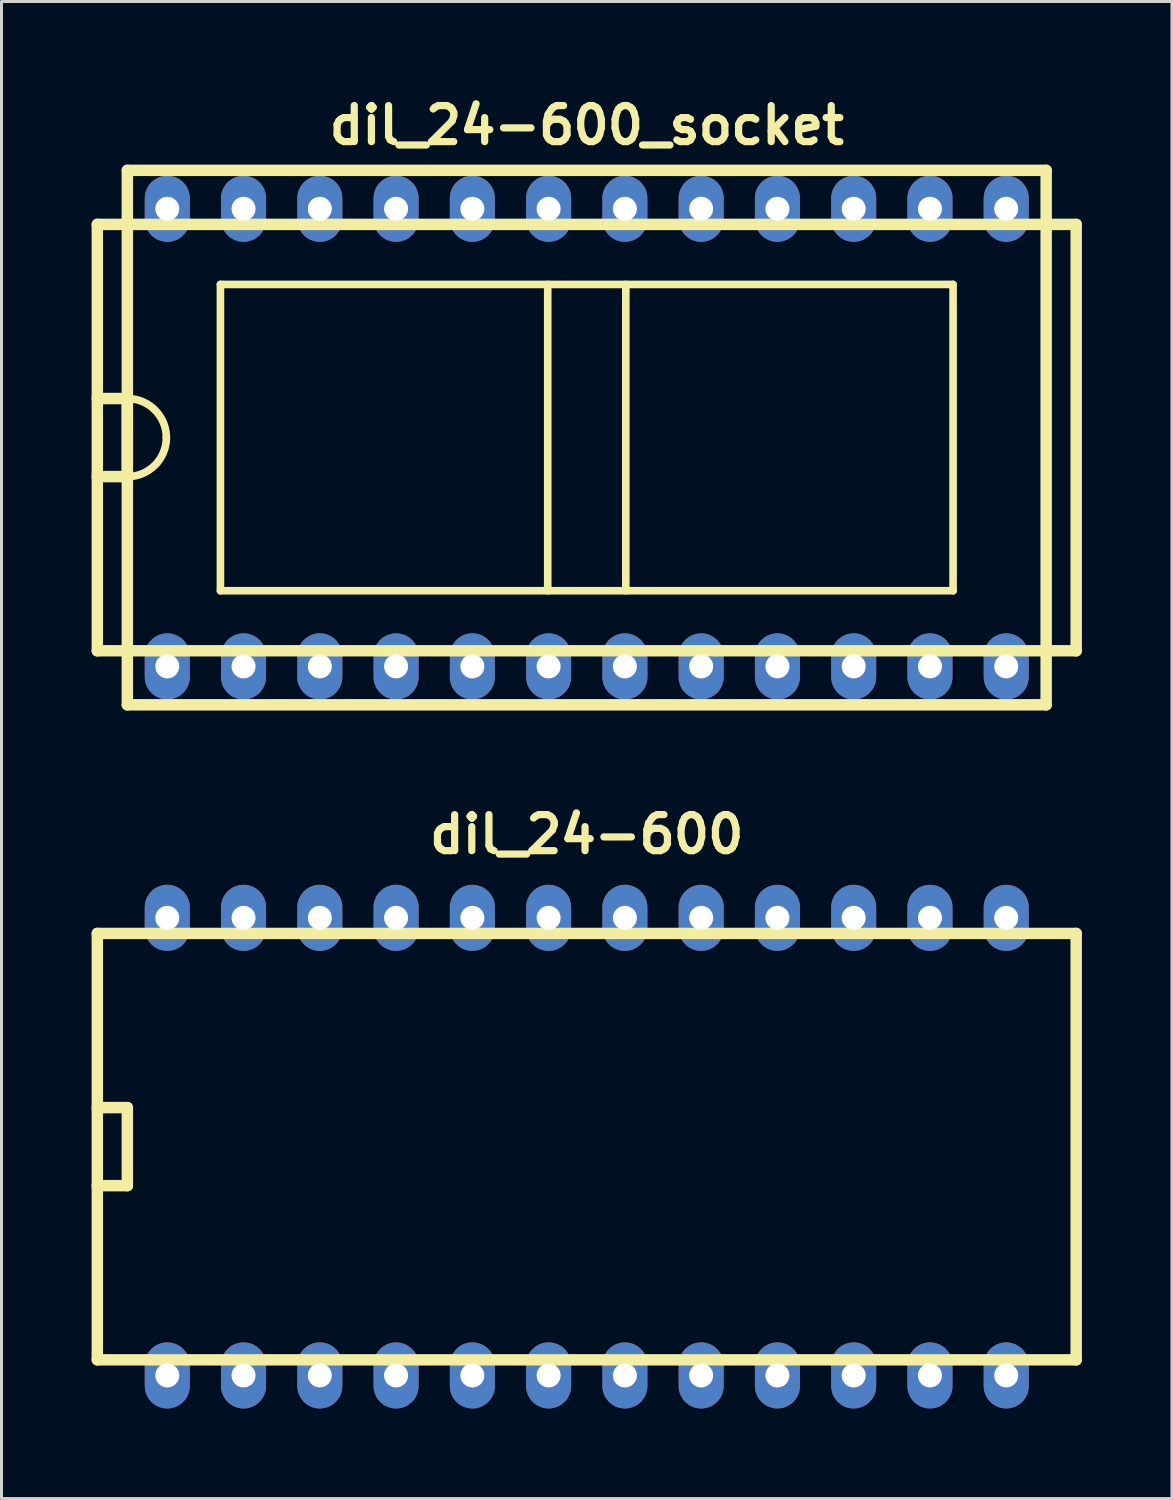
<source format=kicad_pcb>
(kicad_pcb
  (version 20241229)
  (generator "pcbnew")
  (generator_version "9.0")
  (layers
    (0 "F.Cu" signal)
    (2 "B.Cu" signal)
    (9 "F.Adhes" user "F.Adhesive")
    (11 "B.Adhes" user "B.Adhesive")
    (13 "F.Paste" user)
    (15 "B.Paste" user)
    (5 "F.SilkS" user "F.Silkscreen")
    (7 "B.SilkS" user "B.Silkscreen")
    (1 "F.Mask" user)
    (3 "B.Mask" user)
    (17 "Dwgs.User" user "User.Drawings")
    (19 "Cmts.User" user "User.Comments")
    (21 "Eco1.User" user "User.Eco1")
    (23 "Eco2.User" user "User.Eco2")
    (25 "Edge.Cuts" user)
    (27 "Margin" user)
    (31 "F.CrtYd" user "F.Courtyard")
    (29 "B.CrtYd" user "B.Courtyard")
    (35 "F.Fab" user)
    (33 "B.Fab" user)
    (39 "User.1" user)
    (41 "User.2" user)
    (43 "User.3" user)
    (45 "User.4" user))
  (footprint "dil_24-600"
    (layer "F.Cu")
    (at 16.491 35.137)
    (property "Reference" "dil_24-600" (at 0 -10.4 0) (layer "F.SilkS") (effects (font (size 1.2 1.2) (thickness 0.24))))
    (attr through_hole)
    (fp_line (start -16.3 -7.1) (end -16.3 7.1) (stroke (width 0.381) (type solid)) (layer "F.SilkS"))
    (fp_line (start -16.3 -7.1) (end 16.3 -7.1) (stroke (width 0.381) (type solid)) (layer "F.SilkS"))
    (fp_line (start -15.3 -1.3) (end -16.3 -1.3) (stroke (width 0.381) (type solid)) (layer "F.SilkS"))
    (fp_line (start -15.3 -1.3) (end -15.3 1.3) (stroke (width 0.381) (type solid)) (layer "F.SilkS"))
    (fp_line (start -15.3 1.3) (end -16.3 1.3) (stroke (width 0.381) (type solid)) (layer "F.SilkS"))
    (fp_line (start 16.3 7.1) (end -16.3 7.1) (stroke (width 0.381) (type solid)) (layer "F.SilkS"))
    (fp_line (start 16.3 7.1) (end 16.3 -7.1) (stroke (width 0.381) (type solid)) (layer "F.SilkS"))
    (pad "1" thru_hole oval (at -13.97 7.62) (size 1.5 2.2) (drill 0.8) (layers "*.Cu" "*.Mask"))
    (pad "2" thru_hole oval (at -11.43 7.62) (size 1.5 2.2) (drill 0.8) (layers "*.Cu" "*.Mask"))
    (pad "3" thru_hole oval (at -8.89 7.62) (size 1.5 2.2) (drill 0.8) (layers "*.Cu" "*.Mask"))
    (pad "4" thru_hole oval (at -6.35 7.62) (size 1.5 2.2) (drill 0.8) (layers "*.Cu" "*.Mask"))
    (pad "5" thru_hole oval (at -3.81 7.62) (size 1.5 2.2) (drill 0.8) (layers "*.Cu" "*.Mask"))
    (pad "6" thru_hole oval (at -1.27 7.62) (size 1.5 2.2) (drill 0.8) (layers "*.Cu" "*.Mask"))
    (pad "7" thru_hole oval (at 1.27 7.62) (size 1.5 2.2) (drill 0.8) (layers "*.Cu" "*.Mask"))
    (pad "8" thru_hole oval (at 3.81 7.62) (size 1.5 2.2) (drill 0.8) (layers "*.Cu" "*.Mask"))
    (pad "9" thru_hole oval (at 6.35 7.62) (size 1.5 2.2) (drill 0.8) (layers "*.Cu" "*.Mask"))
    (pad "10" thru_hole oval (at 8.89 7.62) (size 1.5 2.2) (drill 0.8) (layers "*.Cu" "*.Mask"))
    (pad "11" thru_hole oval (at 11.43 7.62) (size 1.5 2.2) (drill 0.8) (layers "*.Cu" "*.Mask"))
    (pad "12" thru_hole oval (at 13.97 7.62) (size 1.5 2.2) (drill 0.8) (layers "*.Cu" "*.Mask"))
    (pad "13" thru_hole oval (at 13.97 -7.62) (size 1.5 2.2) (drill 0.8) (layers "*.Cu" "*.Mask"))
    (pad "14" thru_hole oval (at 11.43 -7.62) (size 1.5 2.2) (drill 0.8) (layers "*.Cu" "*.Mask"))
    (pad "15" thru_hole oval (at 8.89 -7.62) (size 1.5 2.2) (drill 0.8) (layers "*.Cu" "*.Mask"))
    (pad "16" thru_hole oval (at 6.35 -7.62) (size 1.5 2.2) (drill 0.8) (layers "*.Cu" "*.Mask"))
    (pad "17" thru_hole oval (at 3.81 -7.62) (size 1.5 2.2) (drill 0.8) (layers "*.Cu" "*.Mask"))
    (pad "18" thru_hole oval (at 1.27 -7.62) (size 1.5 2.2) (drill 0.8) (layers "*.Cu" "*.Mask"))
    (pad "19" thru_hole oval (at -1.27 -7.62) (size 1.5 2.2) (drill 0.8) (layers "*.Cu" "*.Mask"))
    (pad "20" thru_hole oval (at -3.81 -7.62) (size 1.5 2.2) (drill 0.8) (layers "*.Cu" "*.Mask"))
    (pad "21" thru_hole oval (at -6.35 -7.62) (size 1.5 2.2) (drill 0.8) (layers "*.Cu" "*.Mask"))
    (pad "22" thru_hole oval (at -8.89 -7.62) (size 1.5 2.2) (drill 0.8) (layers "*.Cu" "*.Mask"))
    (pad "23" thru_hole oval (at -11.43 -7.62) (size 1.5 2.2) (drill 0.8) (layers "*.Cu" "*.Mask"))
    (pad "24" thru_hole oval (at -13.97 -7.62) (size 1.5 2.2) (drill 0.8) (layers "*.Cu" "*.Mask")))
  (footprint "dil_24-600_socket"
    (layer "F.Cu")
    (at 16.491 11.523)
    (property "Reference" "dil_24-600_socket" (at 0 -10.4 0) (layer "F.SilkS") (effects (font (size 1.2 1.2) (thickness 0.24))))
    (attr through_hole)
    (fp_line (start -16.3 -7.1) (end -16.3 7.1) (stroke (width 0.381) (type solid)) (layer "F.SilkS"))
    (fp_line (start -16.3 -7.1) (end 16.3 -7.1) (stroke (width 0.381) (type solid)) (layer "F.SilkS"))
    (fp_line (start -15.3 -8.9) (end 15.3 -8.9) (stroke (width 0.381) (type solid)) (layer "F.SilkS"))
    (fp_line (start -15.3 -1.3) (end -16.3 -1.3) (stroke (width 0.381) (type solid)) (layer "F.SilkS"))
    (fp_line (start -15.3 -1.3) (end -15.3 1.3) (stroke (width 0.381) (type solid)) (layer "F.SilkS"))
    (fp_line (start -15.3 1.3) (end -16.3 1.3) (stroke (width 0.381) (type solid)) (layer "F.SilkS"))
    (fp_line (start -15.3 8.9) (end -15.3 -8.9) (stroke (width 0.381) (type solid)) (layer "F.SilkS"))
    (fp_line (start -15.3 8.9) (end 15.3 8.9) (stroke (width 0.381) (type solid)) (layer "F.SilkS"))
    (fp_line (start -12.2 -5.1) (end 12.2 -5.1) (stroke (width 0.254) (type solid)) (layer "F.SilkS"))
    (fp_line (start -12.2 5.1) (end -12.2 -5.1) (stroke (width 0.254) (type solid)) (layer "F.SilkS"))
    (fp_line (start -1.3 -5.1) (end -1.3 5.1) (stroke (width 0.254) (type solid)) (layer "F.SilkS"))
    (fp_line (start 1.3 5.1) (end 1.3 -5.1) (stroke (width 0.254) (type solid)) (layer "F.SilkS"))
    (fp_line (start 12.2 -5.1) (end 12.2 5.1) (stroke (width 0.254) (type solid)) (layer "F.SilkS"))
    (fp_line (start 12.2 5.1) (end -12.2 5.1) (stroke (width 0.254) (type solid)) (layer "F.SilkS"))
    (fp_line (start 15.3 -8.9) (end 15.3 8.9) (stroke (width 0.381) (type solid)) (layer "F.SilkS"))
    (fp_line (start 16.3 7.1) (end -16.3 7.1) (stroke (width 0.381) (type solid)) (layer "F.SilkS"))
    (fp_line (start 16.3 7.1) (end 16.3 -7.1) (stroke (width 0.381) (type solid)) (layer "F.SilkS"))
    (fp_arc (start -15.3 -1.3) (mid -14.380761 -0.919239) (end -14 0) (stroke (width 0.254) (type solid)) (layer "F.SilkS"))
    (fp_arc (start -14 0) (mid -14.380761 0.919239) (end -15.3 1.3) (stroke (width 0.254) (type solid)) (layer "F.SilkS"))
    (pad "1" thru_hole oval (at -13.97 7.62) (size 1.5 2.2) (drill 0.8) (layers "*.Cu" "*.Mask"))
    (pad "2" thru_hole oval (at -11.43 7.62) (size 1.5 2.2) (drill 0.8) (layers "*.Cu" "*.Mask"))
    (pad "3" thru_hole oval (at -8.89 7.62) (size 1.5 2.2) (drill 0.8) (layers "*.Cu" "*.Mask"))
    (pad "4" thru_hole oval (at -6.35 7.62) (size 1.5 2.2) (drill 0.8) (layers "*.Cu" "*.Mask"))
    (pad "5" thru_hole oval (at -3.81 7.62) (size 1.5 2.2) (drill 0.8) (layers "*.Cu" "*.Mask"))
    (pad "6" thru_hole oval (at -1.27 7.62) (size 1.5 2.2) (drill 0.8) (layers "*.Cu" "*.Mask"))
    (pad "7" thru_hole oval (at 1.27 7.62) (size 1.5 2.2) (drill 0.8) (layers "*.Cu" "*.Mask"))
    (pad "8" thru_hole oval (at 3.81 7.62) (size 1.5 2.2) (drill 0.8) (layers "*.Cu" "*.Mask"))
    (pad "9" thru_hole oval (at 6.35 7.62) (size 1.5 2.2) (drill 0.8) (layers "*.Cu" "*.Mask"))
    (pad "10" thru_hole oval (at 8.89 7.62) (size 1.5 2.2) (drill 0.8) (layers "*.Cu" "*.Mask"))
    (pad "11" thru_hole oval (at 11.43 7.62) (size 1.5 2.2) (drill 0.8) (layers "*.Cu" "*.Mask"))
    (pad "12" thru_hole oval (at 13.97 7.62) (size 1.5 2.2) (drill 0.8) (layers "*.Cu" "*.Mask"))
    (pad "13" thru_hole oval (at 13.97 -7.62) (size 1.5 2.2) (drill 0.8) (layers "*.Cu" "*.Mask"))
    (pad "14" thru_hole oval (at 11.43 -7.62) (size 1.5 2.2) (drill 0.8) (layers "*.Cu" "*.Mask"))
    (pad "15" thru_hole oval (at 8.89 -7.62) (size 1.5 2.2) (drill 0.8) (layers "*.Cu" "*.Mask"))
    (pad "16" thru_hole oval (at 6.35 -7.62) (size 1.5 2.2) (drill 0.8) (layers "*.Cu" "*.Mask"))
    (pad "17" thru_hole oval (at 3.81 -7.62) (size 1.5 2.2) (drill 0.8) (layers "*.Cu" "*.Mask"))
    (pad "18" thru_hole oval (at 1.27 -7.62) (size 1.5 2.2) (drill 0.8) (layers "*.Cu" "*.Mask"))
    (pad "19" thru_hole oval (at -1.27 -7.62) (size 1.5 2.2) (drill 0.8) (layers "*.Cu" "*.Mask"))
    (pad "20" thru_hole oval (at -3.81 -7.62) (size 1.5 2.2) (drill 0.8) (layers "*.Cu" "*.Mask"))
    (pad "21" thru_hole oval (at -6.35 -7.62) (size 1.5 2.2) (drill 0.8) (layers "*.Cu" "*.Mask"))
    (pad "22" thru_hole oval (at -8.89 -7.62) (size 1.5 2.2) (drill 0.8) (layers "*.Cu" "*.Mask"))
    (pad "23" thru_hole oval (at -11.43 -7.62) (size 1.5 2.2) (drill 0.8) (layers "*.Cu" "*.Mask"))
    (pad "24" thru_hole oval (at -13.97 -7.62) (size 1.5 2.2) (drill 0.8) (layers "*.Cu" "*.Mask")))
  (gr_rect
    (start -3 -3)
    (end 35.981 46.857)
    (stroke (width 0.1) (type default))
    (fill no)
    (layer "Edge.Cuts")))
</source>
